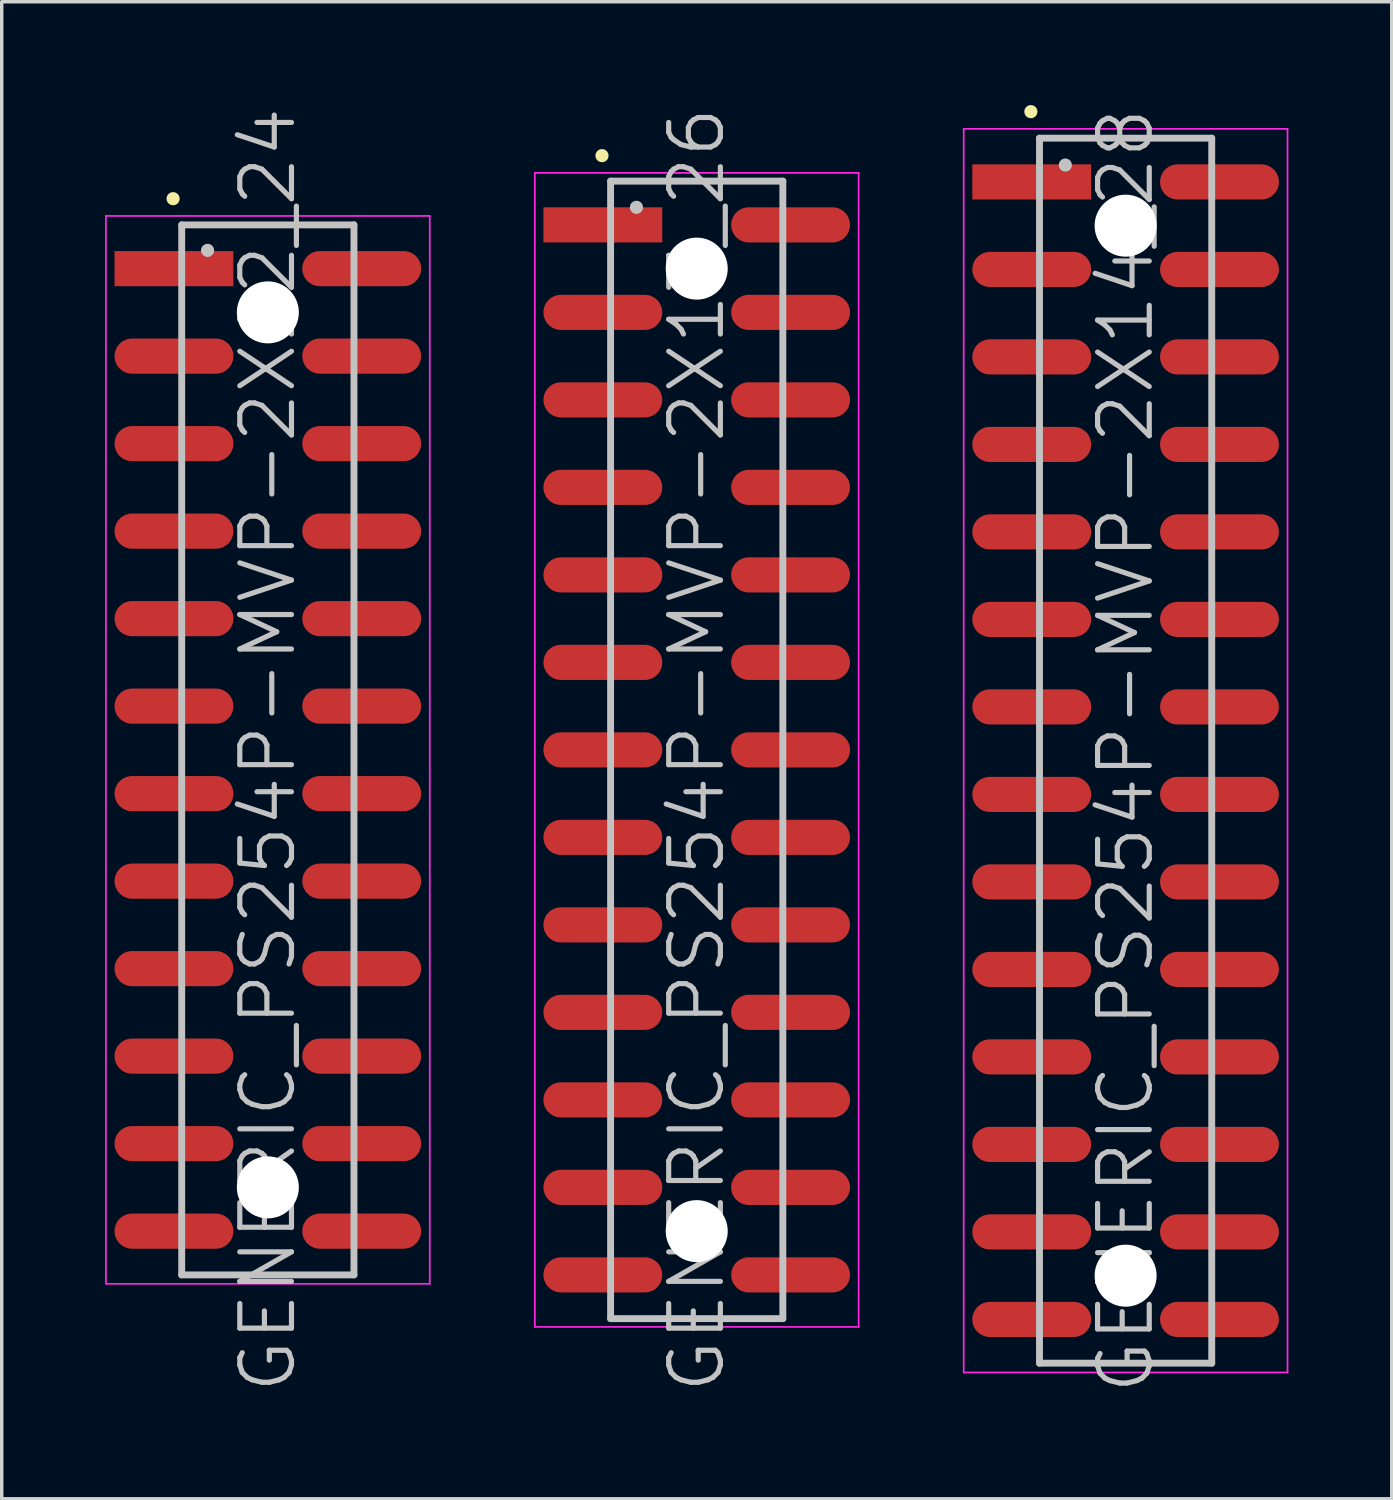
<source format=kicad_pcb>
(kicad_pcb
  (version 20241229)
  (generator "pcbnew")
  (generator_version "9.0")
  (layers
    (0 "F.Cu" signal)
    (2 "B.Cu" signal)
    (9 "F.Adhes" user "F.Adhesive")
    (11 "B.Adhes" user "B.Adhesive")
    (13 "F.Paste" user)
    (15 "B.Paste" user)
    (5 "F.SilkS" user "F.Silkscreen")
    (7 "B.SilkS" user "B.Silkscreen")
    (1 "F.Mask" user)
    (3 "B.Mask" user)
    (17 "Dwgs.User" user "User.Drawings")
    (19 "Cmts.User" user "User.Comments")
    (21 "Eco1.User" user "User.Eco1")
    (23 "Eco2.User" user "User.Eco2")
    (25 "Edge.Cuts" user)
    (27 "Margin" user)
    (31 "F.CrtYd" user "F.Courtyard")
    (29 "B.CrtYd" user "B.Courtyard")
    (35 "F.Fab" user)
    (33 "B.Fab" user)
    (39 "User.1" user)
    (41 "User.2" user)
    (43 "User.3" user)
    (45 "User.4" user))
  (footprint "GENERIC_PS254P-MVP-2X12_24"
    (layer "F.Cu")
    (at 4.725 18.718)
    (property "Reference" "GENERIC_PS254P-MVP-2X12_24" (at 0 0 90) (layer "Dwgs.User") (effects (font (size 1.5 1.5) (thickness 0.15))))
    (attr smd)
    (fp_line (start -2.75 -16) (end -2.75 -16) (stroke (width 0.381) (type solid)) (layer "F.SilkS"))
    (fp_line (start -2.5 -15.24) (end -2.5 15.24) (stroke (width 0.2) (type solid)) (layer "Dwgs.User"))
    (fp_line (start -2.5 -15.24) (end 2.5 -15.24) (stroke (width 0.2) (type solid)) (layer "Dwgs.User"))
    (fp_line (start -2.5 15.24) (end 2.5 15.24) (stroke (width 0.2) (type solid)) (layer "Dwgs.User"))
    (fp_line (start -1.75 -14.5) (end -1.75 -14.5) (stroke (width 0.381) (type solid)) (layer "Dwgs.User"))
    (fp_line (start 2.5 -15.24) (end 2.5 15.24) (stroke (width 0.2) (type solid)) (layer "Dwgs.User"))
    (fp_line (start -4.7 -15.5) (end -4.7 15.5) (stroke (width 0.05) (type solid)) (layer "F.CrtYd"))
    (fp_line (start -4.7 -15.5) (end 4.7 -15.5) (stroke (width 0.05) (type solid)) (layer "F.CrtYd"))
    (fp_line (start -4.7 15.5) (end 4.7 15.5) (stroke (width 0.05) (type solid)) (layer "F.CrtYd"))
    (fp_line (start 4.7 -15.5) (end 4.7 15.5) (stroke (width 0.05) (type solid)) (layer "F.CrtYd"))
    (pad "" np_thru_hole circle (at 0 -12.7 270) (size 1.8 1.8) (drill 1.8) (layers "*.Cu" "*.Mask"))
    (pad "" np_thru_hole circle (at 0 12.7 270) (size 1.8 1.8) (drill 1.8) (layers "*.Cu" "*.Mask"))
    (pad "1" smd rect (at -2.725 -13.97 270) (size 1.02 3.45) (layers "F.Cu" "F.Mask" "F.Paste"))
    (pad "2" smd oval (at 2.725 -13.97 270) (size 1.02 3.45) (layers "F.Cu" "F.Mask" "F.Paste"))
    (pad "3" smd oval (at -2.725 -11.43 270) (size 1.02 3.45) (layers "F.Cu" "F.Mask" "F.Paste"))
    (pad "4" smd oval (at 2.725 -11.43 270) (size 1.02 3.45) (layers "F.Cu" "F.Mask" "F.Paste"))
    (pad "5" smd oval (at -2.725 -8.89 270) (size 1.02 3.45) (layers "F.Cu" "F.Mask" "F.Paste"))
    (pad "6" smd oval (at 2.725 -8.89 270) (size 1.02 3.45) (layers "F.Cu" "F.Mask" "F.Paste"))
    (pad "7" smd oval (at -2.725 -6.35 270) (size 1.02 3.45) (layers "F.Cu" "F.Mask" "F.Paste"))
    (pad "8" smd oval (at 2.725 -6.35 270) (size 1.02 3.45) (layers "F.Cu" "F.Mask" "F.Paste"))
    (pad "9" smd oval (at -2.725 -3.81 270) (size 1.02 3.45) (layers "F.Cu" "F.Mask" "F.Paste"))
    (pad "10" smd oval (at 2.725 -3.81 270) (size 1.02 3.45) (layers "F.Cu" "F.Mask" "F.Paste"))
    (pad "11" smd oval (at -2.725 -1.27 270) (size 1.02 3.45) (layers "F.Cu" "F.Mask" "F.Paste"))
    (pad "12" smd oval (at 2.725 -1.27 270) (size 1.02 3.45) (layers "F.Cu" "F.Mask" "F.Paste"))
    (pad "13" smd oval (at -2.725 1.27 270) (size 1.02 3.45) (layers "F.Cu" "F.Mask" "F.Paste"))
    (pad "14" smd oval (at 2.725 1.27 270) (size 1.02 3.45) (layers "F.Cu" "F.Mask" "F.Paste"))
    (pad "15" smd oval (at -2.725 3.81 270) (size 1.02 3.45) (layers "F.Cu" "F.Mask" "F.Paste"))
    (pad "16" smd oval (at 2.725 3.81 270) (size 1.02 3.45) (layers "F.Cu" "F.Mask" "F.Paste"))
    (pad "17" smd oval (at -2.725 6.35 270) (size 1.02 3.45) (layers "F.Cu" "F.Mask" "F.Paste"))
    (pad "18" smd oval (at 2.725 6.35 270) (size 1.02 3.45) (layers "F.Cu" "F.Mask" "F.Paste"))
    (pad "19" smd oval (at -2.725 8.89 270) (size 1.02 3.45) (layers "F.Cu" "F.Mask" "F.Paste"))
    (pad "20" smd oval (at 2.725 8.89 270) (size 1.02 3.45) (layers "F.Cu" "F.Mask" "F.Paste"))
    (pad "21" smd oval (at -2.725 11.43 270) (size 1.02 3.45) (layers "F.Cu" "F.Mask" "F.Paste"))
    (pad "22" smd oval (at 2.725 11.43 270) (size 1.02 3.45) (layers "F.Cu" "F.Mask" "F.Paste"))
    (pad "23" smd oval (at -2.725 13.97 270) (size 1.02 3.45) (layers "F.Cu" "F.Mask" "F.Paste"))
    (pad "24" smd oval (at 2.725 13.97 270) (size 1.02 3.45) (layers "F.Cu" "F.Mask" "F.Paste")))
  (footprint "GENERIC_PS254P-MVP-2X14_28"
    (layer "F.Cu")
    (at 29.625 18.741)
    (property "Reference" "GENERIC_PS254P-MVP-2X14_28" (at 0 0 90) (layer "Dwgs.User") (effects (font (size 1.5 1.5) (thickness 0.15))))
    (attr smd)
    (fp_line (start -2.75 -18.55) (end -2.75 -18.55) (stroke (width 0.381) (type solid)) (layer "F.SilkS"))
    (fp_line (start -2.5 -17.78) (end -2.5 17.78) (stroke (width 0.2) (type solid)) (layer "Dwgs.User"))
    (fp_line (start -2.5 -17.78) (end 2.5 -17.78) (stroke (width 0.2) (type solid)) (layer "Dwgs.User"))
    (fp_line (start -2.5 17.78) (end 2.5 17.78) (stroke (width 0.2) (type solid)) (layer "Dwgs.User"))
    (fp_line (start -1.75 -17) (end -1.75 -17) (stroke (width 0.381) (type solid)) (layer "Dwgs.User"))
    (fp_line (start 2.5 -17.78) (end 2.5 17.78) (stroke (width 0.2) (type solid)) (layer "Dwgs.User"))
    (fp_line (start -4.7 -18.05) (end -4.7 18.05) (stroke (width 0.05) (type solid)) (layer "F.CrtYd"))
    (fp_line (start -4.7 -18.05) (end 4.7 -18.05) (stroke (width 0.05) (type solid)) (layer "F.CrtYd"))
    (fp_line (start -4.7 18.05) (end 4.7 18.05) (stroke (width 0.05) (type solid)) (layer "F.CrtYd"))
    (fp_line (start 4.7 -18.05) (end 4.7 18.05) (stroke (width 0.05) (type solid)) (layer "F.CrtYd"))
    (pad "" np_thru_hole circle (at 0 -15.24 270) (size 1.8 1.8) (drill 1.8) (layers "*.Cu" "*.Mask"))
    (pad "" np_thru_hole circle (at 0 15.24 270) (size 1.8 1.8) (drill 1.8) (layers "*.Cu" "*.Mask"))
    (pad "1" smd rect (at -2.725 -16.51 270) (size 1.02 3.45) (layers "F.Cu" "F.Mask" "F.Paste"))
    (pad "2" smd oval (at 2.725 -16.51 270) (size 1.02 3.45) (layers "F.Cu" "F.Mask" "F.Paste"))
    (pad "3" smd oval (at -2.725 -13.97 270) (size 1.02 3.45) (layers "F.Cu" "F.Mask" "F.Paste"))
    (pad "4" smd oval (at 2.725 -13.97 270) (size 1.02 3.45) (layers "F.Cu" "F.Mask" "F.Paste"))
    (pad "5" smd oval (at -2.725 -11.43 270) (size 1.02 3.45) (layers "F.Cu" "F.Mask" "F.Paste"))
    (pad "6" smd oval (at 2.725 -11.43 270) (size 1.02 3.45) (layers "F.Cu" "F.Mask" "F.Paste"))
    (pad "7" smd oval (at -2.725 -8.89 270) (size 1.02 3.45) (layers "F.Cu" "F.Mask" "F.Paste"))
    (pad "8" smd oval (at 2.725 -8.89 270) (size 1.02 3.45) (layers "F.Cu" "F.Mask" "F.Paste"))
    (pad "9" smd oval (at -2.725 -6.35 270) (size 1.02 3.45) (layers "F.Cu" "F.Mask" "F.Paste"))
    (pad "10" smd oval (at 2.725 -6.35 270) (size 1.02 3.45) (layers "F.Cu" "F.Mask" "F.Paste"))
    (pad "11" smd oval (at -2.725 -3.81 270) (size 1.02 3.45) (layers "F.Cu" "F.Mask" "F.Paste"))
    (pad "12" smd oval (at 2.725 -3.81 270) (size 1.02 3.45) (layers "F.Cu" "F.Mask" "F.Paste"))
    (pad "13" smd oval (at -2.725 -1.27 270) (size 1.02 3.45) (layers "F.Cu" "F.Mask" "F.Paste"))
    (pad "14" smd oval (at 2.725 -1.27 270) (size 1.02 3.45) (layers "F.Cu" "F.Mask" "F.Paste"))
    (pad "15" smd oval (at -2.725 1.27 270) (size 1.02 3.45) (layers "F.Cu" "F.Mask" "F.Paste"))
    (pad "16" smd oval (at 2.725 1.27 270) (size 1.02 3.45) (layers "F.Cu" "F.Mask" "F.Paste"))
    (pad "17" smd oval (at -2.725 3.81 270) (size 1.02 3.45) (layers "F.Cu" "F.Mask" "F.Paste"))
    (pad "18" smd oval (at 2.725 3.81 270) (size 1.02 3.45) (layers "F.Cu" "F.Mask" "F.Paste"))
    (pad "19" smd oval (at -2.725 6.35 270) (size 1.02 3.45) (layers "F.Cu" "F.Mask" "F.Paste"))
    (pad "20" smd oval (at 2.725 6.35 270) (size 1.02 3.45) (layers "F.Cu" "F.Mask" "F.Paste"))
    (pad "21" smd oval (at -2.725 8.89 270) (size 1.02 3.45) (layers "F.Cu" "F.Mask" "F.Paste"))
    (pad "22" smd oval (at 2.725 8.89 270) (size 1.02 3.45) (layers "F.Cu" "F.Mask" "F.Paste"))
    (pad "23" smd oval (at -2.725 11.43 270) (size 1.02 3.45) (layers "F.Cu" "F.Mask" "F.Paste"))
    (pad "24" smd oval (at 2.725 11.43 270) (size 1.02 3.45) (layers "F.Cu" "F.Mask" "F.Paste"))
    (pad "25" smd oval (at -2.725 13.97 270) (size 1.02 3.45) (layers "F.Cu" "F.Mask" "F.Paste"))
    (pad "26" smd oval (at 2.725 13.97 270) (size 1.02 3.45) (layers "F.Cu" "F.Mask" "F.Paste"))
    (pad "27" smd oval (at -2.725 16.51 270) (size 1.02 3.45) (layers "F.Cu" "F.Mask" "F.Paste"))
    (pad "28" smd oval (at 2.725 16.51 270) (size 1.02 3.45) (layers "F.Cu" "F.Mask" "F.Paste")))
  (footprint "GENERIC_PS254P-MVP-2X13_26"
    (layer "F.Cu")
    (at 17.175 18.718)
    (property "Reference" "GENERIC_PS254P-MVP-2X13_26" (at 0 0 90) (layer "Dwgs.User") (effects (font (size 1.5 1.5) (thickness 0.15))))
    (attr smd)
    (fp_line (start -2.75 -17.25) (end -2.75 -17.25) (stroke (width 0.381) (type solid)) (layer "F.SilkS"))
    (fp_line (start -2.5 -16.51) (end -2.5 16.51) (stroke (width 0.2) (type solid)) (layer "Dwgs.User"))
    (fp_line (start -2.5 -16.51) (end 2.5 -16.51) (stroke (width 0.2) (type solid)) (layer "Dwgs.User"))
    (fp_line (start -2.5 16.51) (end 2.5 16.51) (stroke (width 0.2) (type solid)) (layer "Dwgs.User"))
    (fp_line (start -1.75 -15.75) (end -1.75 -15.75) (stroke (width 0.381) (type solid)) (layer "Dwgs.User"))
    (fp_line (start 2.5 -16.51) (end 2.5 16.51) (stroke (width 0.2) (type solid)) (layer "Dwgs.User"))
    (fp_line (start -4.7 -16.75) (end -4.7 16.75) (stroke (width 0.05) (type solid)) (layer "F.CrtYd"))
    (fp_line (start -4.7 -16.75) (end 4.7 -16.75) (stroke (width 0.05) (type solid)) (layer "F.CrtYd"))
    (fp_line (start -4.7 16.75) (end 4.7 16.75) (stroke (width 0.05) (type solid)) (layer "F.CrtYd"))
    (fp_line (start 4.7 -16.75) (end 4.7 16.75) (stroke (width 0.05) (type solid)) (layer "F.CrtYd"))
    (pad "" np_thru_hole circle (at 0 -13.97 270) (size 1.8 1.8) (drill 1.8) (layers "*.Cu" "*.Mask"))
    (pad "" np_thru_hole circle (at 0 13.97 270) (size 1.8 1.8) (drill 1.8) (layers "*.Cu" "*.Mask"))
    (pad "1" smd rect (at -2.725 -15.24 270) (size 1.02 3.45) (layers "F.Cu" "F.Mask" "F.Paste"))
    (pad "2" smd oval (at 2.725 -15.24 270) (size 1.02 3.45) (layers "F.Cu" "F.Mask" "F.Paste"))
    (pad "3" smd oval (at -2.725 -12.7 270) (size 1.02 3.45) (layers "F.Cu" "F.Mask" "F.Paste"))
    (pad "4" smd oval (at 2.725 -12.7 270) (size 1.02 3.45) (layers "F.Cu" "F.Mask" "F.Paste"))
    (pad "5" smd oval (at -2.725 -10.16 270) (size 1.02 3.45) (layers "F.Cu" "F.Mask" "F.Paste"))
    (pad "6" smd oval (at 2.725 -10.16 270) (size 1.02 3.45) (layers "F.Cu" "F.Mask" "F.Paste"))
    (pad "7" smd oval (at -2.725 -7.62 270) (size 1.02 3.45) (layers "F.Cu" "F.Mask" "F.Paste"))
    (pad "8" smd oval (at 2.725 -7.62 270) (size 1.02 3.45) (layers "F.Cu" "F.Mask" "F.Paste"))
    (pad "9" smd oval (at -2.725 -5.08 270) (size 1.02 3.45) (layers "F.Cu" "F.Mask" "F.Paste"))
    (pad "10" smd oval (at 2.725 -5.08 270) (size 1.02 3.45) (layers "F.Cu" "F.Mask" "F.Paste"))
    (pad "11" smd oval (at -2.725 -2.54 270) (size 1.02 3.45) (layers "F.Cu" "F.Mask" "F.Paste"))
    (pad "12" smd oval (at 2.725 -2.54 270) (size 1.02 3.45) (layers "F.Cu" "F.Mask" "F.Paste"))
    (pad "13" smd oval (at -2.725 0 270) (size 1.02 3.45) (layers "F.Cu" "F.Mask" "F.Paste"))
    (pad "14" smd oval (at 2.725 0 270) (size 1.02 3.45) (layers "F.Cu" "F.Mask" "F.Paste"))
    (pad "15" smd oval (at -2.725 2.54 270) (size 1.02 3.45) (layers "F.Cu" "F.Mask" "F.Paste"))
    (pad "16" smd oval (at 2.725 2.54 270) (size 1.02 3.45) (layers "F.Cu" "F.Mask" "F.Paste"))
    (pad "17" smd oval (at -2.725 5.08 270) (size 1.02 3.45) (layers "F.Cu" "F.Mask" "F.Paste"))
    (pad "18" smd oval (at 2.725 5.08 270) (size 1.02 3.45) (layers "F.Cu" "F.Mask" "F.Paste"))
    (pad "19" smd oval (at -2.725 7.62 270) (size 1.02 3.45) (layers "F.Cu" "F.Mask" "F.Paste"))
    (pad "20" smd oval (at 2.725 7.62 270) (size 1.02 3.45) (layers "F.Cu" "F.Mask" "F.Paste"))
    (pad "21" smd oval (at -2.725 10.16 270) (size 1.02 3.45) (layers "F.Cu" "F.Mask" "F.Paste"))
    (pad "22" smd oval (at 2.725 10.16 270) (size 1.02 3.45) (layers "F.Cu" "F.Mask" "F.Paste"))
    (pad "23" smd oval (at -2.725 12.7 270) (size 1.02 3.45) (layers "F.Cu" "F.Mask" "F.Paste"))
    (pad "24" smd oval (at 2.725 12.7 270) (size 1.02 3.45) (layers "F.Cu" "F.Mask" "F.Paste"))
    (pad "25" smd oval (at -2.725 15.24 270) (size 1.02 3.45) (layers "F.Cu" "F.Mask" "F.Paste"))
    (pad "26" smd oval (at 2.725 15.24 270) (size 1.02 3.45) (layers "F.Cu" "F.Mask" "F.Paste")))
  (gr_rect
    (start -3 -3)
    (end 37.35 40.458)
    (stroke (width 0.1) (type default))
    (fill no)
    (layer "Edge.Cuts")))
</source>
